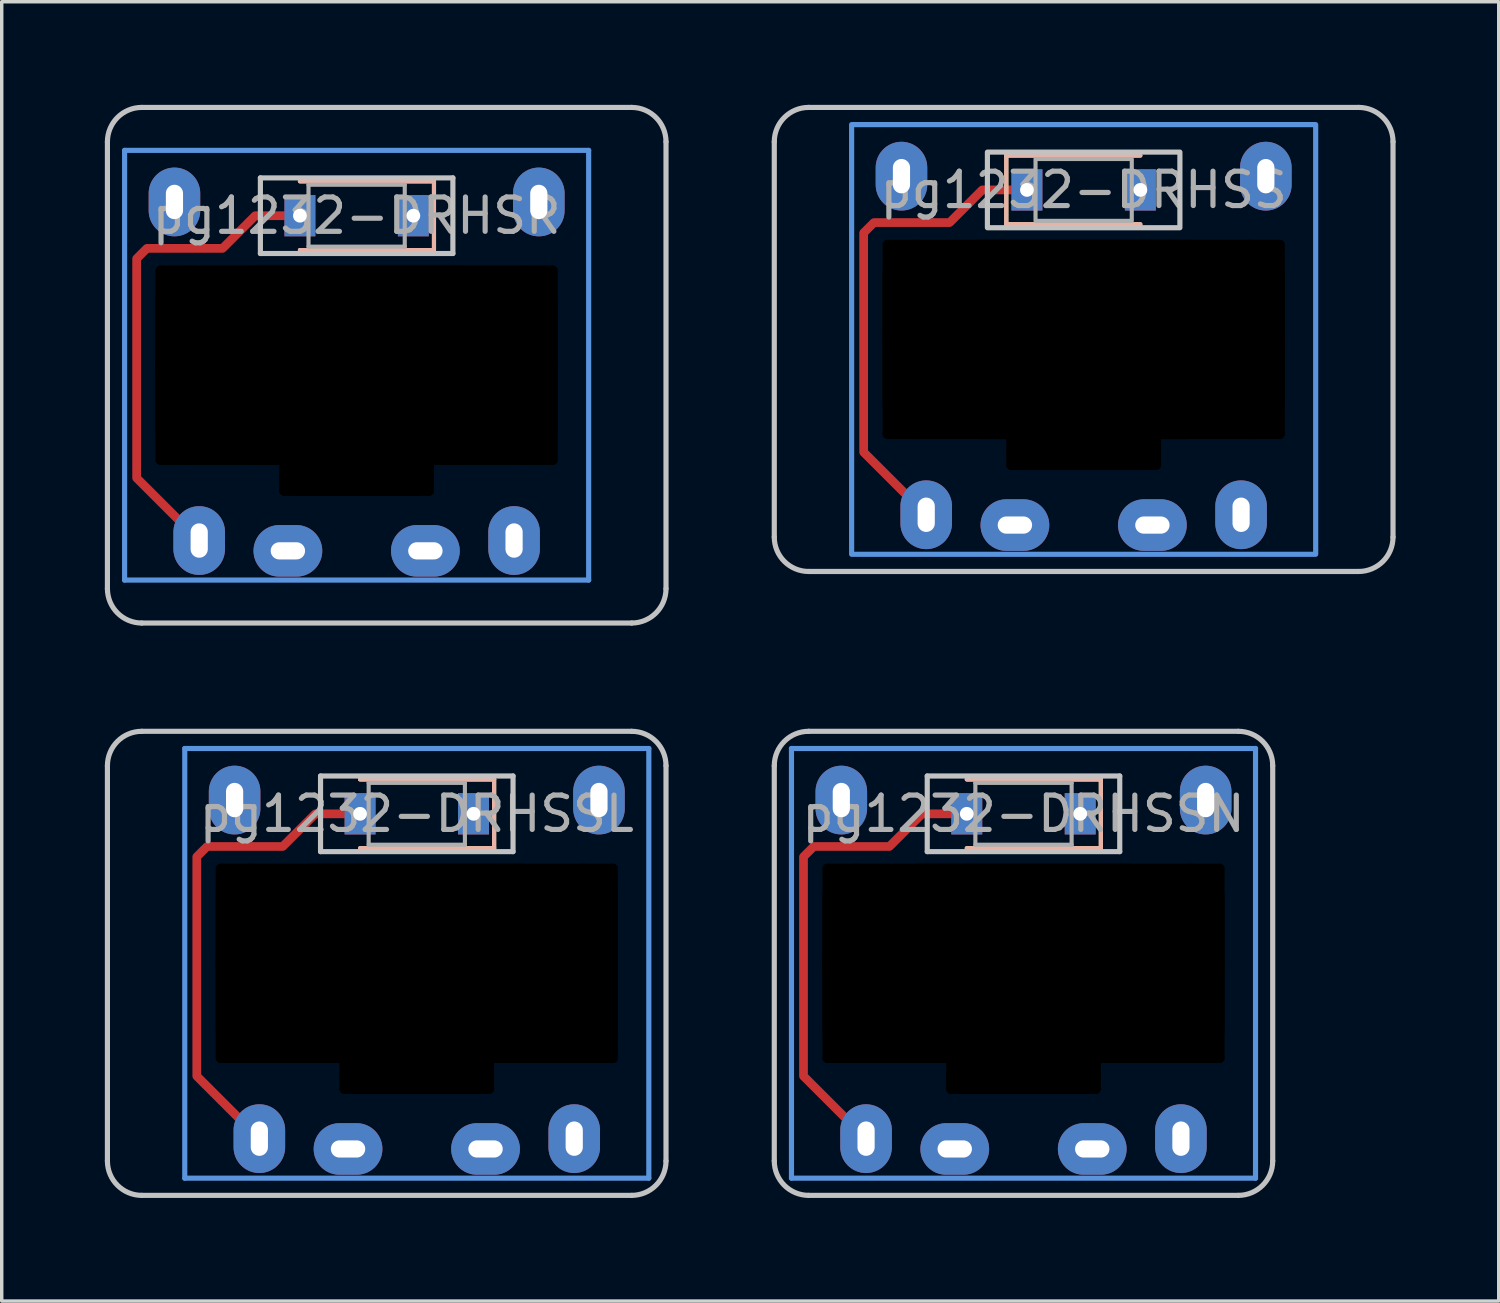
<source format=kicad_pcb>
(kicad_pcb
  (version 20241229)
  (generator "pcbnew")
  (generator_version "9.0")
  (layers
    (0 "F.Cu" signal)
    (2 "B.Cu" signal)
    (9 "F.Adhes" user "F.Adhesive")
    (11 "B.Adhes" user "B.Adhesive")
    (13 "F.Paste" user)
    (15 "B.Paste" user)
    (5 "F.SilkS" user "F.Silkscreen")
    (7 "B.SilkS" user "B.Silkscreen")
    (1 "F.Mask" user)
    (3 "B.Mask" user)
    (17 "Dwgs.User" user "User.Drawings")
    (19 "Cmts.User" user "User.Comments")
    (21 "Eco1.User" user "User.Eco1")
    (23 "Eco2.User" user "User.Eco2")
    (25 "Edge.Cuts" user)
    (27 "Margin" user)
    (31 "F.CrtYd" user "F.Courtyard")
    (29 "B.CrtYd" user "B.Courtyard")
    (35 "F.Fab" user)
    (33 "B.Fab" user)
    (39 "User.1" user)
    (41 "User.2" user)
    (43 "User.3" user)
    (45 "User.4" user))
  (footprint "pg1232-DRHSSL"
    (layer "F.Cu")
    (at 9.075 20.625)
    (property "Reference" "pg1232-DRHSSL" (at 0 0 0) (layer "F.Fab") (effects (font (size 1 1) (thickness 0.15))))
    (attr smd)
    (fp_line (start 2.25 -1) (end -1.65 -1) (stroke (width 0.12) (type solid)) (layer "F.SilkS"))
    (fp_line (start 2.25 -1) (end 2.25 1) (stroke (width 0.12) (type solid)) (layer "F.SilkS"))
    (fp_line (start 2.25 1) (end -1.65 1) (stroke (width 0.12) (type solid)) (layer "F.SilkS"))
    (fp_line (start 2.25 -1) (end -1.65 -1) (stroke (width 0.12) (type solid)) (layer "B.SilkS"))
    (fp_line (start 2.25 -1) (end 2.25 1) (stroke (width 0.12) (type solid)) (layer "B.SilkS"))
    (fp_line (start 2.25 1) (end -1.65 1) (stroke (width 0.12) (type solid)) (layer "B.SilkS"))
    (fp_line (start -9 10.1) (end -9 -1.4) (stroke (width 0.15) (type solid)) (layer "Dwgs.User"))
    (fp_line (start -8 -2.4) (end 6.25 -2.4) (stroke (width 0.15) (type solid)) (layer "Dwgs.User"))
    (fp_line (start -2.8 -1.1) (end -2.8 1.1) (stroke (width 0.15) (type solid)) (layer "Dwgs.User"))
    (fp_line (start -2.8 1.1) (end 2.8 1.1) (stroke (width 0.15) (type solid)) (layer "Dwgs.User"))
    (fp_line (start 2.8 -1.1) (end -2.8 -1.1) (stroke (width 0.15) (type solid)) (layer "Dwgs.User"))
    (fp_line (start 2.8 1.1) (end 2.8 -1.1) (stroke (width 0.15) (type solid)) (layer "Dwgs.User"))
    (fp_line (start 6.25 11.1) (end -8 11.1) (stroke (width 0.15) (type solid)) (layer "Dwgs.User"))
    (fp_line (start 7.25 -1.4) (end 7.25 10.1) (stroke (width 0.15) (type solid)) (layer "Dwgs.User"))
    (fp_arc (start -9 -1.4) (mid -8.707107 -2.107107) (end -8 -2.4) (stroke (width 0.15) (type solid)) (layer "Dwgs.User"))
    (fp_arc (start -8 11.1) (mid -8.707107 10.807107) (end -9 10.1) (stroke (width 0.15) (type solid)) (layer "Dwgs.User"))
    (fp_arc (start 6.25 -2.4) (mid 6.957107 -2.107107) (end 7.25 -1.4) (stroke (width 0.15) (type solid)) (layer "Dwgs.User"))
    (fp_arc (start 7.25 10.1) (mid 6.957107 10.807107) (end 6.25 11.1) (stroke (width 0.15) (type solid)) (layer "Dwgs.User"))
    (fp_line (start -6.75 -1.9) (end -6.75 10.6) (stroke (width 0.15) (type solid)) (layer "Cmts.User"))
    (fp_line (start -6.75 10.6) (end 6.75 10.6) (stroke (width 0.15) (type solid)) (layer "Cmts.User"))
    (fp_line (start 6.75 -1.9) (end -6.75 -1.9) (stroke (width 0.15) (type solid)) (layer "Cmts.User"))
    (fp_line (start 6.75 10.6) (end 6.75 -1.9) (stroke (width 0.15) (type solid)) (layer "Cmts.User"))
    (fp_line (start -1.4 -0.9) (end -1.4 0.9) (stroke (width 0.12) (type solid)) (layer "F.Fab"))
    (fp_line (start -1.4 0.9) (end 1.4 0.9) (stroke (width 0.12) (type solid)) (layer "F.Fab"))
    (fp_line (start 1.4 -0.9) (end -1.4 -0.9) (stroke (width 0.12) (type solid)) (layer "F.Fab"))
    (fp_line (start 1.4 0.9) (end 1.4 -0.9) (stroke (width 0.12) (type solid)) (layer "F.Fab"))
    (pad "" np_thru_hole oval (at -5.7 4.35 90) (size 5.8 0.3) (drill oval 5.8 0.3) (layers "*.Mask"))
    (pad "" thru_hole oval (at -5.3 -0.4 90) (size 2 1.5) (drill oval 1 0.5) (layers "*.Cu" "*.Mask"))
    (pad "" np_thru_hole oval (at -4.85 4.35) (size 2 5.8) (drill oval 2 5.8) (layers "*.Mask"))
    (pad "" thru_hole oval (at -4.58 9.45 90) (size 2 1.5) (drill oval 1 0.5) (layers "*.Cu" "B.Mask"))
    (pad "" np_thru_hole oval (at -2.1 7.6 90) (size 1.1 0.3) (drill oval 1.1 0.3) (layers "*.Mask"))
    (pad "" smd custom (at -1.65 0) (size 0.254 0.254) (layers "F.Cu") (options (anchor circle)) (primitives (gr_line (start -4.75 7.63) (end -2.93 9.45) (width 0.254)) (gr_line (start 0 0) (end -1.3 0) (width 0.254)) (gr_line (start -1.3 0) (end -2.25 0.95) (width 0.254)) (gr_line (start -4.75 1.25) (end -4.75 7.63) (width 0.254)) (gr_line (start -2.25 0.95) (end -4.45 0.95) (width 0.254)) (gr_line (start -4.45 0.95) (end -4.75 1.25) (width 0.254))))
    (pad "" thru_hole rect (at -1.65 0) (size 0.9 1.2) (drill 0.4) (layers "*.Cu" "*.Mask"))
    (pad "" np_thru_hole oval (at 0 1.6) (size 11.7 0.3) (drill oval 11.7 0.3) (layers "*.Mask"))
    (pad "" np_thru_hole oval (at 0 4.35) (size 11.7 5.8) (drill oval 11.7 5.8) (layers "*.Mask"))
    (pad "" np_thru_hole oval (at 0 7.1) (size 11.7 0.3) (drill oval 11.7 0.3) (layers "*.Mask"))
    (pad "" np_thru_hole oval (at 0 7.65) (size 4.5 1) (drill oval 4.5 1) (layers "*.Mask"))
    (pad "" np_thru_hole oval (at 0 8) (size 4.5 0.3) (drill oval 4.5 0.3) (layers "*.Mask"))
    (pad "" np_thru_hole oval (at 2.1 7.6 90) (size 1.1 0.3) (drill oval 1.1 0.3) (layers "*.Mask"))
    (pad "" thru_hole oval (at 4.58 9.45 90) (size 2 1.5) (drill oval 1 0.5) (layers "*.Cu" "F.Mask"))
    (pad "" np_thru_hole oval (at 4.85 4.35) (size 2 5.8) (drill oval 2 5.8) (layers "*.Mask"))
    (pad "" thru_hole oval (at 5.3 -0.4 90) (size 2 1.5) (drill oval 1 0.5) (layers "*.Cu" "*.Mask"))
    (pad "" np_thru_hole oval (at 5.7 4.35 90) (size 5.8 0.3) (drill oval 5.8 0.3) (layers "*.Mask"))
    (pad "1" thru_hole oval (at -2 9.75) (size 2 1.5) (drill oval 1 0.5) (layers "*.Cu" "F.Mask"))
    (pad "1" thru_hole oval (at 2 9.75) (size 2 1.5) (drill oval 1 0.5) (layers "*.Cu" "B.Mask"))
    (pad "2" thru_hole rect (at 1.65 0) (size 0.9 1.2) (drill 0.4) (layers "*.Cu" "*.Mask")))
  (footprint "pg1232-DRHSS"
    (layer "F.Cu")
    (at 28.475 2.475)
    (property "Reference" "pg1232-DRHSS" (at 0 0 0) (layer "F.Fab") (effects (font (size 1 1) (thickness 0.15))))
    (attr smd)
    (fp_line (start -2.25 -1) (end -2.25 1) (stroke (width 0.12) (type solid)) (layer "F.SilkS"))
    (fp_line (start -2.25 1) (end 1.65 1) (stroke (width 0.12) (type solid)) (layer "F.SilkS"))
    (fp_line (start 1.65 -1) (end -2.25 -1) (stroke (width 0.12) (type solid)) (layer "F.SilkS"))
    (fp_line (start -2.25 -1) (end -2.25 1) (stroke (width 0.12) (type solid)) (layer "B.SilkS"))
    (fp_line (start -2.25 1) (end 1.65 1) (stroke (width 0.12) (type solid)) (layer "B.SilkS"))
    (fp_line (start 1.65 -1) (end -2.25 -1) (stroke (width 0.12) (type solid)) (layer "B.SilkS"))
    (fp_line (start -9 10.1) (end -9 -1.4) (stroke (width 0.15) (type solid)) (layer "Dwgs.User"))
    (fp_line (start -8 -2.4) (end 8 -2.4) (stroke (width 0.15) (type solid)) (layer "Dwgs.User"))
    (fp_line (start 8 11.1) (end -8 11.1) (stroke (width 0.15) (type solid)) (layer "Dwgs.User"))
    (fp_line (start 9 -1.4) (end 9 10.1) (stroke (width 0.15) (type solid)) (layer "Dwgs.User"))
    (fp_rect (start 2.8 1.1) (end -2.8 -1.1) (stroke (width 0.15) (type solid)) (fill no) (layer "Dwgs.User"))
    (fp_arc (start -9 -1.4) (mid -8.707107 -2.107107) (end -8 -2.4) (stroke (width 0.15) (type solid)) (layer "Dwgs.User"))
    (fp_arc (start -8 11.1) (mid -8.707107 10.807107) (end -9 10.1) (stroke (width 0.15) (type solid)) (layer "Dwgs.User"))
    (fp_arc (start 8 -2.4) (mid 8.707107 -2.107107) (end 9 -1.4) (stroke (width 0.15) (type solid)) (layer "Dwgs.User"))
    (fp_arc (start 9 10.1) (mid 8.707107 10.807107) (end 8 11.1) (stroke (width 0.15) (type solid)) (layer "Dwgs.User"))
    (fp_rect (start 6.75 10.6) (end -6.75 -1.9) (stroke (width 0.15) (type solid)) (fill no) (layer "Cmts.User"))
    (fp_rect (start 1.4 0.9) (end -1.4 -0.9) (stroke (width 0.12) (type solid)) (fill no) (layer "F.Fab"))
    (pad "" np_thru_hole oval (at -5.7 4.35 90) (size 5.8 0.3) (drill oval 5.8 0.3) (layers "*.Mask"))
    (pad "" np_thru_hole oval (at -4.85 4.35) (size 2 5.8) (drill oval 2 5.8) (layers "*.Mask"))
    (pad "" np_thru_hole oval (at -2.1 7.6 90) (size 1.1 0.3) (drill oval 1.1 0.3) (layers "*.Mask"))
    (pad "" np_thru_hole oval (at 0 1.6) (size 11.7 0.3) (drill oval 11.7 0.3) (layers "*.Mask"))
    (pad "" np_thru_hole oval (at 0 4.35) (size 11.7 5.8) (drill oval 11.7 5.8) (layers "*.Mask"))
    (pad "" np_thru_hole oval (at 0 7.1) (size 11.7 0.3) (drill oval 11.7 0.3) (layers "*.Mask"))
    (pad "" np_thru_hole oval (at 0 7.65) (size 4.5 1) (drill oval 4.5 1) (layers "*.Mask"))
    (pad "" np_thru_hole oval (at 0 8) (size 4.5 0.3) (drill oval 4.5 0.3) (layers "*.Mask"))
    (pad "" np_thru_hole oval (at 2.1 7.6 90) (size 1.1 0.3) (drill oval 1.1 0.3) (layers "*.Mask"))
    (pad "" np_thru_hole oval (at 4.85 4.35) (size 2 5.8) (drill oval 2 5.8) (layers "*.Mask"))
    (pad "" np_thru_hole oval (at 5.7 4.35 90) (size 5.8 0.3) (drill oval 5.8 0.3) (layers "*.Mask"))
    (pad "1" thru_hole oval (at -2 9.75) (size 2 1.5) (drill oval 1 0.5) (layers "*.Cu" "F.Mask"))
    (pad "1" thru_hole oval (at 2 9.75) (size 2 1.5) (drill oval 1 0.5) (layers "*.Cu" "B.Mask"))
    (pad "2" thru_hole rect (at 1.65 0) (size 0.9 1.2) (drill 0.4) (layers "*.Cu" "*.Mask"))
    (pad "3" thru_hole oval (at -4.58 9.45 90) (size 2 1.5) (drill oval 1 0.5) (layers "*.Cu" "B.Mask"))
    (pad "3" smd custom (at -1.65 0) (size 0.254 0.254) (layers "F.Cu") (options (anchor circle)) (primitives (gr_line (start 0 0) (end -1.3 0) (width 0.254)) (gr_line (start -1.3 0) (end -2.25 0.95) (width 0.254)) (gr_line (start -2.25 0.95) (end -4.45 0.95) (width 0.254)) (gr_line (start -4.45 0.95) (end -4.75 1.25) (width 0.254)) (gr_line (start -4.75 1.25) (end -4.75 7.63) (width 0.254)) (gr_line (start -4.75 7.63) (end -2.93 9.45) (width 0.254))))
    (pad "3" thru_hole rect (at -1.65 0) (size 0.9 1.2) (drill 0.4) (layers "*.Cu" "*.Mask"))
    (pad "3" thru_hole oval (at 4.58 9.45 90) (size 2 1.5) (drill oval 1 0.5) (layers "*.Cu" "F.Mask"))
    (pad "4" thru_hole oval (at 5.3 -0.4 90) (size 2 1.5) (drill oval 1 0.5) (layers "*.Cu" "*.Mask"))
    (pad "5" thru_hole oval (at -5.3 -0.4 90) (size 2 1.5) (drill oval 1 0.5) (layers "*.Cu" "*.Mask")))
  (footprint "pg1232-DRHSSN"
    (layer "F.Cu")
    (at 26.725 20.625)
    (property "Reference" "pg1232-DRHSSN" (at 0 0 0) (layer "F.Fab") (effects (font (size 1 1) (thickness 0.15))))
    (attr smd)
    (fp_line (start 2.25 -1) (end -1.65 -1) (stroke (width 0.12) (type solid)) (layer "F.SilkS"))
    (fp_line (start 2.25 -1) (end 2.25 1) (stroke (width 0.12) (type solid)) (layer "F.SilkS"))
    (fp_line (start 2.25 1) (end -1.65 1) (stroke (width 0.12) (type solid)) (layer "F.SilkS"))
    (fp_line (start 2.25 -1) (end -1.65 -1) (stroke (width 0.12) (type solid)) (layer "B.SilkS"))
    (fp_line (start 2.25 -1) (end 2.25 1) (stroke (width 0.12) (type solid)) (layer "B.SilkS"))
    (fp_line (start 2.25 1) (end -1.65 1) (stroke (width 0.12) (type solid)) (layer "B.SilkS"))
    (fp_line (start -7.25 10.1) (end -7.25 -1.4) (stroke (width 0.15) (type solid)) (layer "Dwgs.User"))
    (fp_line (start -6.25 -2.4) (end 6.25 -2.4) (stroke (width 0.15) (type solid)) (layer "Dwgs.User"))
    (fp_line (start -2.8 -1.1) (end -2.8 1.1) (stroke (width 0.15) (type solid)) (layer "Dwgs.User"))
    (fp_line (start -2.8 1.1) (end 2.8 1.1) (stroke (width 0.15) (type solid)) (layer "Dwgs.User"))
    (fp_line (start 2.8 -1.1) (end -2.8 -1.1) (stroke (width 0.15) (type solid)) (layer "Dwgs.User"))
    (fp_line (start 2.8 1.1) (end 2.8 -1.1) (stroke (width 0.15) (type solid)) (layer "Dwgs.User"))
    (fp_line (start 6.25 11.1) (end -6.25 11.1) (stroke (width 0.15) (type solid)) (layer "Dwgs.User"))
    (fp_line (start 7.25 -1.4) (end 7.25 10.1) (stroke (width 0.15) (type solid)) (layer "Dwgs.User"))
    (fp_arc (start -7.25 -1.4) (mid -6.957107 -2.107107) (end -6.25 -2.4) (stroke (width 0.15) (type solid)) (layer "Dwgs.User"))
    (fp_arc (start -6.25 11.1) (mid -6.957107 10.807107) (end -7.25 10.1) (stroke (width 0.15) (type solid)) (layer "Dwgs.User"))
    (fp_arc (start 6.25 -2.4) (mid 6.957107 -2.107107) (end 7.25 -1.4) (stroke (width 0.15) (type solid)) (layer "Dwgs.User"))
    (fp_arc (start 7.25 10.1) (mid 6.957107 10.807107) (end 6.25 11.1) (stroke (width 0.15) (type solid)) (layer "Dwgs.User"))
    (fp_line (start -6.75 -1.9) (end -6.75 10.6) (stroke (width 0.15) (type solid)) (layer "Cmts.User"))
    (fp_line (start -6.75 10.6) (end 6.75 10.6) (stroke (width 0.15) (type solid)) (layer "Cmts.User"))
    (fp_line (start 6.75 -1.9) (end -6.75 -1.9) (stroke (width 0.15) (type solid)) (layer "Cmts.User"))
    (fp_line (start 6.75 10.6) (end 6.75 -1.9) (stroke (width 0.15) (type solid)) (layer "Cmts.User"))
    (fp_line (start -1.4 -0.9) (end -1.4 0.9) (stroke (width 0.12) (type solid)) (layer "F.Fab"))
    (fp_line (start -1.4 0.9) (end 1.4 0.9) (stroke (width 0.12) (type solid)) (layer "F.Fab"))
    (fp_line (start 1.4 -0.9) (end -1.4 -0.9) (stroke (width 0.12) (type solid)) (layer "F.Fab"))
    (fp_line (start 1.4 0.9) (end 1.4 -0.9) (stroke (width 0.12) (type solid)) (layer "F.Fab"))
    (pad "" np_thru_hole oval (at -5.7 4.35 90) (size 5.8 0.3) (drill oval 5.8 0.3) (layers "*.Mask"))
    (pad "" thru_hole oval (at -5.3 -0.4 90) (size 2 1.5) (drill oval 1 0.5) (layers "*.Cu" "*.Mask"))
    (pad "" np_thru_hole oval (at -4.85 4.35) (size 2 5.8) (drill oval 2 5.8) (layers "*.Mask"))
    (pad "" thru_hole oval (at -4.58 9.45 90) (size 2 1.5) (drill oval 1 0.5) (layers "*.Cu" "B.Mask"))
    (pad "" np_thru_hole oval (at -2.1 7.6 90) (size 1.1 0.3) (drill oval 1.1 0.3) (layers "*.Mask"))
    (pad "" smd custom (at -1.65 0) (size 0.254 0.254) (layers "F.Cu") (options (anchor circle)) (primitives (gr_line (start -4.75 7.63) (end -2.93 9.45) (width 0.254)) (gr_line (start 0 0) (end -1.3 0) (width 0.254)) (gr_line (start -1.3 0) (end -2.25 0.95) (width 0.254)) (gr_line (start -4.75 1.25) (end -4.75 7.63) (width 0.254)) (gr_line (start -2.25 0.95) (end -4.45 0.95) (width 0.254)) (gr_line (start -4.45 0.95) (end -4.75 1.25) (width 0.254))))
    (pad "" thru_hole rect (at -1.65 0) (size 0.9 1.2) (drill 0.4) (layers "*.Cu" "*.Mask"))
    (pad "" np_thru_hole oval (at 0 1.6) (size 11.7 0.3) (drill oval 11.7 0.3) (layers "*.Mask"))
    (pad "" np_thru_hole oval (at 0 4.35) (size 11.7 5.8) (drill oval 11.7 5.8) (layers "*.Mask"))
    (pad "" np_thru_hole oval (at 0 7.1) (size 11.7 0.3) (drill oval 11.7 0.3) (layers "*.Mask"))
    (pad "" np_thru_hole oval (at 0 7.65) (size 4.5 1) (drill oval 4.5 1) (layers "*.Mask"))
    (pad "" np_thru_hole oval (at 0 8) (size 4.5 0.3) (drill oval 4.5 0.3) (layers "*.Mask"))
    (pad "" np_thru_hole oval (at 2.1 7.6 90) (size 1.1 0.3) (drill oval 1.1 0.3) (layers "*.Mask"))
    (pad "" thru_hole oval (at 4.58 9.45 90) (size 2 1.5) (drill oval 1 0.5) (layers "*.Cu" "F.Mask"))
    (pad "" np_thru_hole oval (at 4.85 4.35) (size 2 5.8) (drill oval 2 5.8) (layers "*.Mask"))
    (pad "" thru_hole oval (at 5.3 -0.4 90) (size 2 1.5) (drill oval 1 0.5) (layers "*.Cu" "*.Mask"))
    (pad "" np_thru_hole oval (at 5.7 4.35 90) (size 5.8 0.3) (drill oval 5.8 0.3) (layers "*.Mask"))
    (pad "1" thru_hole oval (at -2 9.75) (size 2 1.5) (drill oval 1 0.5) (layers "*.Cu" "F.Mask"))
    (pad "1" thru_hole oval (at 2 9.75) (size 2 1.5) (drill oval 1 0.5) (layers "*.Cu" "B.Mask"))
    (pad "2" thru_hole rect (at 1.65 0) (size 0.9 1.2) (drill 0.4) (layers "*.Cu" "*.Mask")))
  (footprint "pg1232-DRHSR"
    (layer "F.Cu")
    (at 7.325 3.225)
    (property "Reference" "pg1232-DRHSR" (at 0 0 0) (layer "F.Fab") (effects (font (size 1 1) (thickness 0.15))))
    (attr smd)
    (fp_line (start 2.25 -1) (end -1.65 -1) (stroke (width 0.12) (type solid)) (layer "F.SilkS"))
    (fp_line (start 2.25 -1) (end 2.25 1) (stroke (width 0.12) (type solid)) (layer "F.SilkS"))
    (fp_line (start 2.25 1) (end -1.65 1) (stroke (width 0.12) (type solid)) (layer "F.SilkS"))
    (fp_line (start 2.25 -1) (end -1.65 -1) (stroke (width 0.12) (type solid)) (layer "B.SilkS"))
    (fp_line (start 2.25 -1) (end 2.25 1) (stroke (width 0.12) (type solid)) (layer "B.SilkS"))
    (fp_line (start 2.25 1) (end -1.65 1) (stroke (width 0.12) (type solid)) (layer "B.SilkS"))
    (fp_line (start -7.25 10.85) (end -7.25 -2.15) (stroke (width 0.15) (type solid)) (layer "Dwgs.User"))
    (fp_line (start -6.25 -3.15) (end 8 -3.15) (stroke (width 0.15) (type solid)) (layer "Dwgs.User"))
    (fp_line (start -2.8 -1.1) (end -2.8 1.1) (stroke (width 0.15) (type solid)) (layer "Dwgs.User"))
    (fp_line (start -2.8 1.1) (end 2.8 1.1) (stroke (width 0.15) (type solid)) (layer "Dwgs.User"))
    (fp_line (start 2.8 -1.1) (end -2.8 -1.1) (stroke (width 0.15) (type solid)) (layer "Dwgs.User"))
    (fp_line (start 2.8 1.1) (end 2.8 -1.1) (stroke (width 0.15) (type solid)) (layer "Dwgs.User"))
    (fp_line (start 8 11.85) (end -6.25 11.85) (stroke (width 0.15) (type solid)) (layer "Dwgs.User"))
    (fp_line (start 9 -2.15) (end 9 10.85) (stroke (width 0.15) (type solid)) (layer "Dwgs.User"))
    (fp_arc (start -7.25 -2.15) (mid -6.957107 -2.857107) (end -6.25 -3.15) (stroke (width 0.15) (type solid)) (layer "Dwgs.User"))
    (fp_arc (start -6.25 11.85) (mid -6.957107 11.557107) (end -7.25 10.85) (stroke (width 0.15) (type solid)) (layer "Dwgs.User"))
    (fp_arc (start 8 -3.15) (mid 8.707107 -2.857107) (end 9 -2.15) (stroke (width 0.15) (type solid)) (layer "Dwgs.User"))
    (fp_arc (start 9 10.85) (mid 8.707107 11.557107) (end 8 11.85) (stroke (width 0.15) (type solid)) (layer "Dwgs.User"))
    (fp_line (start -6.75 -1.9) (end -6.75 10.6) (stroke (width 0.15) (type solid)) (layer "Cmts.User"))
    (fp_line (start -6.75 10.6) (end 6.75 10.6) (stroke (width 0.15) (type solid)) (layer "Cmts.User"))
    (fp_line (start 6.75 -1.9) (end -6.75 -1.9) (stroke (width 0.15) (type solid)) (layer "Cmts.User"))
    (fp_line (start 6.75 10.6) (end 6.75 -1.9) (stroke (width 0.15) (type solid)) (layer "Cmts.User"))
    (fp_line (start -1.4 -0.9) (end -1.4 0.9) (stroke (width 0.12) (type solid)) (layer "F.Fab"))
    (fp_line (start -1.4 0.9) (end 1.4 0.9) (stroke (width 0.12) (type solid)) (layer "F.Fab"))
    (fp_line (start 1.4 -0.9) (end -1.4 -0.9) (stroke (width 0.12) (type solid)) (layer "F.Fab"))
    (fp_line (start 1.4 0.9) (end 1.4 -0.9) (stroke (width 0.12) (type solid)) (layer "F.Fab"))
    (pad "" np_thru_hole oval (at -5.7 4.35 90) (size 5.8 0.3) (drill oval 5.8 0.3) (layers "*.Mask"))
    (pad "" thru_hole oval (at -5.3 -0.4 90) (size 2 1.5) (drill oval 1 0.5) (layers "*.Cu" "*.Mask"))
    (pad "" np_thru_hole oval (at -4.85 4.35) (size 2 5.8) (drill oval 2 5.8) (layers "*.Mask"))
    (pad "" thru_hole oval (at -4.58 9.45 90) (size 2 1.5) (drill oval 1 0.5) (layers "*.Cu" "B.Mask"))
    (pad "" np_thru_hole oval (at -2.1 7.6 90) (size 1.1 0.3) (drill oval 1.1 0.3) (layers "*.Mask"))
    (pad "" smd custom (at -1.65 0) (size 0.254 0.254) (layers "F.Cu") (options (anchor circle)) (primitives (gr_line (start -4.75 7.63) (end -2.93 9.45) (width 0.254)) (gr_line (start 0 0) (end -1.3 0) (width 0.254)) (gr_line (start -1.3 0) (end -2.25 0.95) (width 0.254)) (gr_line (start -4.75 1.25) (end -4.75 7.63) (width 0.254)) (gr_line (start -2.25 0.95) (end -4.45 0.95) (width 0.254)) (gr_line (start -4.45 0.95) (end -4.75 1.25) (width 0.254))))
    (pad "" thru_hole rect (at -1.65 0) (size 0.9 1.2) (drill 0.4) (layers "*.Cu" "*.Mask"))
    (pad "" np_thru_hole oval (at 0 1.6) (size 11.7 0.3) (drill oval 11.7 0.3) (layers "*.Mask"))
    (pad "" np_thru_hole oval (at 0 4.35) (size 11.7 5.8) (drill oval 11.7 5.8) (layers "*.Mask"))
    (pad "" np_thru_hole oval (at 0 7.1) (size 11.7 0.3) (drill oval 11.7 0.3) (layers "*.Mask"))
    (pad "" np_thru_hole oval (at 0 7.65) (size 4.5 1) (drill oval 4.5 1) (layers "*.Mask"))
    (pad "" np_thru_hole oval (at 0 8) (size 4.5 0.3) (drill oval 4.5 0.3) (layers "*.Mask"))
    (pad "" np_thru_hole oval (at 2.1 7.6 90) (size 1.1 0.3) (drill oval 1.1 0.3) (layers "*.Mask"))
    (pad "" thru_hole oval (at 4.58 9.45 90) (size 2 1.5) (drill oval 1 0.5) (layers "*.Cu" "F.Mask"))
    (pad "" np_thru_hole oval (at 4.85 4.35) (size 2 5.8) (drill oval 2 5.8) (layers "*.Mask"))
    (pad "" thru_hole oval (at 5.3 -0.4 90) (size 2 1.5) (drill oval 1 0.5) (layers "*.Cu" "*.Mask"))
    (pad "" np_thru_hole oval (at 5.7 4.35 90) (size 5.8 0.3) (drill oval 5.8 0.3) (layers "*.Mask"))
    (pad "1" thru_hole oval (at -2 9.75) (size 2 1.5) (drill oval 1 0.5) (layers "*.Cu" "F.Mask"))
    (pad "1" thru_hole oval (at 2 9.75) (size 2 1.5) (drill oval 1 0.5) (layers "*.Cu" "B.Mask"))
    (pad "2" thru_hole rect (at 1.65 0) (size 0.9 1.2) (drill 0.4) (layers "*.Cu" "*.Mask")))
  (gr_rect
    (start -3 -3)
    (end 40.55 34.8)
    (stroke (width 0.1) (type default))
    (fill no)
    (layer "Edge.Cuts")))
</source>
